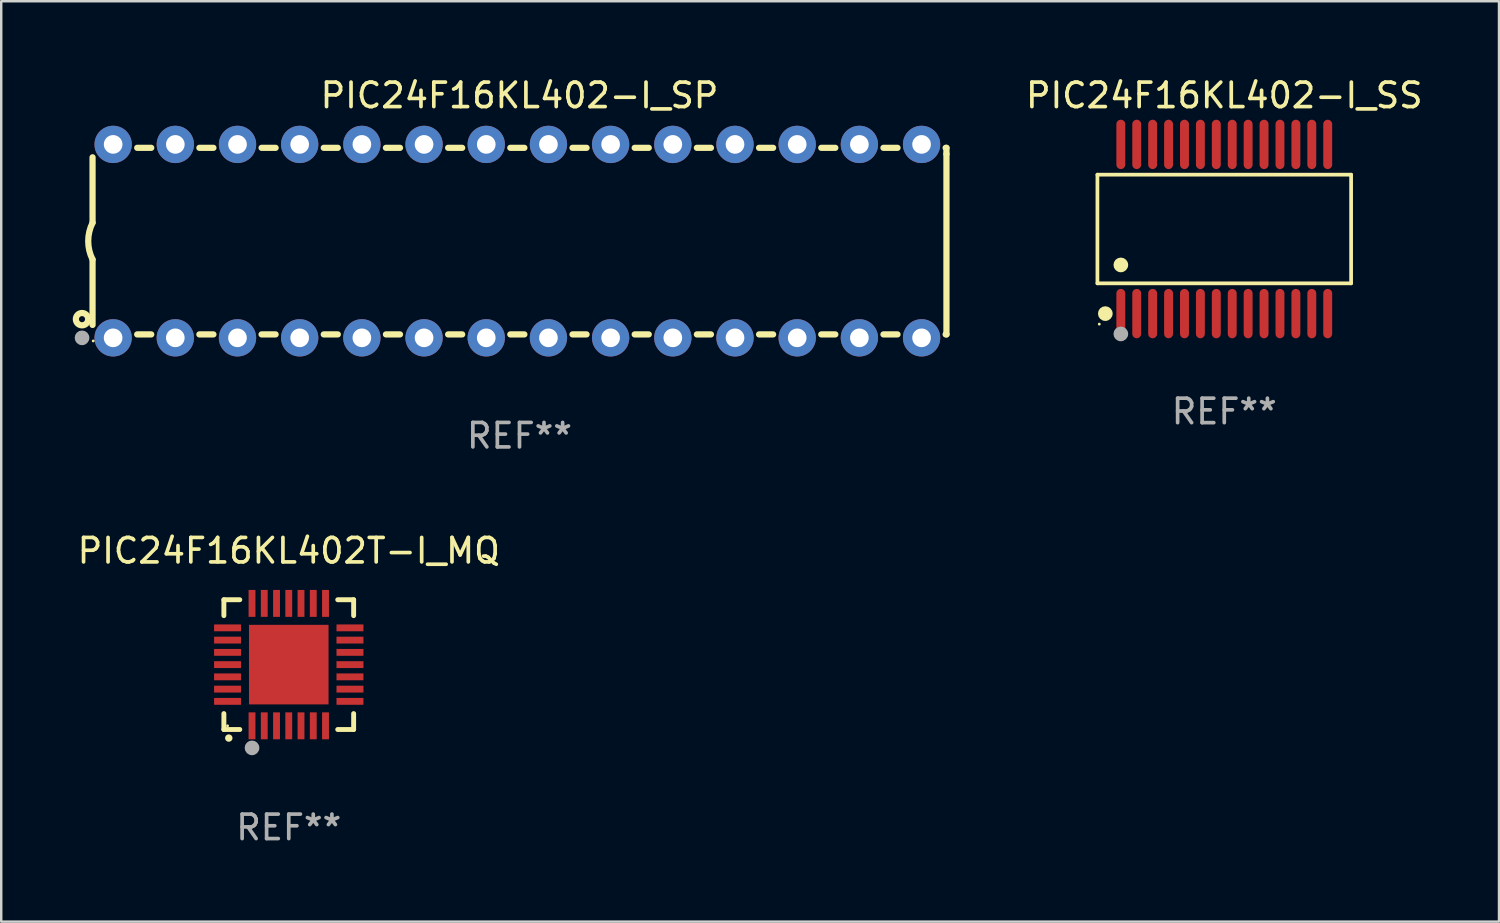
<source format=kicad_pcb>
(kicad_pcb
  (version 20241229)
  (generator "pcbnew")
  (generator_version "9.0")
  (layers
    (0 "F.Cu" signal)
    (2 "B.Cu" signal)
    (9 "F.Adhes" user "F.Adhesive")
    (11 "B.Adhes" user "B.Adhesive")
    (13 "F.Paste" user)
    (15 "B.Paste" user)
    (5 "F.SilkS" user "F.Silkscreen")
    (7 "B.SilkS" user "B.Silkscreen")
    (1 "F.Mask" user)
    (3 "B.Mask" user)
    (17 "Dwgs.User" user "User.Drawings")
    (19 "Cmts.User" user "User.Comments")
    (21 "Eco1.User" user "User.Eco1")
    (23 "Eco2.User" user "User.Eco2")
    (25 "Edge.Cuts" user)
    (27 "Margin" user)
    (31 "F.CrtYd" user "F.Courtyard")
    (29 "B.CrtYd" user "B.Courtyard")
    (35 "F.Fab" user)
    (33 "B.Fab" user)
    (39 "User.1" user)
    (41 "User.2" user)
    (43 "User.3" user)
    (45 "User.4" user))
  (footprint "PIC24F16KL402-I_SP"
    (layer "F.Cu")
    (at 18.168 6.798)
    (property "Reference" "PIC24F16KL402-I_SP" (at 0 -5.95 0) (layer "F.SilkS") (effects (font (size 1 1) (thickness 0.15))))
    (attr through_hole)
    (fp_line (start -17.438 0.75) (end -17.438 3.423) (stroke (width 0.254) (type solid)) (layer "F.SilkS"))
    (fp_line (start -17.438 -3.423) (end -17.438 -0.75) (stroke (width 0.254) (type solid)) (layer "F.SilkS"))
    (fp_line (start -15.615 3.81) (end -15.041 3.81) (stroke (width 0.254) (type solid)) (layer "F.SilkS"))
    (fp_line (start -15.041 -3.81) (end -15.614 -3.81) (stroke (width 0.254) (type solid)) (layer "F.SilkS"))
    (fp_line (start -13.075 3.81) (end -12.501 3.81) (stroke (width 0.254) (type solid)) (layer "F.SilkS"))
    (fp_line (start -12.501 -3.81) (end -13.074 -3.81) (stroke (width 0.254) (type solid)) (layer "F.SilkS"))
    (fp_line (start -10.535 3.81) (end -9.961 3.81) (stroke (width 0.254) (type solid)) (layer "F.SilkS"))
    (fp_line (start -9.961 -3.81) (end -10.534 -3.81) (stroke (width 0.254) (type solid)) (layer "F.SilkS"))
    (fp_line (start -7.995 3.81) (end -7.421 3.81) (stroke (width 0.254) (type solid)) (layer "F.SilkS"))
    (fp_line (start -7.421 -3.81) (end -7.995 -3.81) (stroke (width 0.254) (type solid)) (layer "F.SilkS"))
    (fp_line (start -5.455 3.81) (end -4.881 3.81) (stroke (width 0.254) (type solid)) (layer "F.SilkS"))
    (fp_line (start -4.881 -3.81) (end -5.455 -3.81) (stroke (width 0.254) (type solid)) (layer "F.SilkS"))
    (fp_line (start -2.915 3.81) (end -2.341 3.81) (stroke (width 0.254) (type solid)) (layer "F.SilkS"))
    (fp_line (start -2.341 -3.81) (end -2.915 -3.81) (stroke (width 0.254) (type solid)) (layer "F.SilkS"))
    (fp_line (start -0.375 3.81) (end 0.199 3.81) (stroke (width 0.254) (type solid)) (layer "F.SilkS"))
    (fp_line (start 0.199 -3.81) (end -0.375 -3.81) (stroke (width 0.254) (type solid)) (layer "F.SilkS"))
    (fp_line (start 2.165 3.81) (end 2.739 3.81) (stroke (width 0.254) (type solid)) (layer "F.SilkS"))
    (fp_line (start 2.739 -3.81) (end 2.165 -3.81) (stroke (width 0.254) (type solid)) (layer "F.SilkS"))
    (fp_line (start 4.705 3.81) (end 5.279 3.81) (stroke (width 0.254) (type solid)) (layer "F.SilkS"))
    (fp_line (start 5.279 -3.81) (end 4.705 -3.81) (stroke (width 0.254) (type solid)) (layer "F.SilkS"))
    (fp_line (start 7.245 3.81) (end 7.819 3.81) (stroke (width 0.254) (type solid)) (layer "F.SilkS"))
    (fp_line (start 7.819 -3.81) (end 7.245 -3.81) (stroke (width 0.254) (type solid)) (layer "F.SilkS"))
    (fp_line (start 9.785 3.81) (end 10.359 3.81) (stroke (width 0.254) (type solid)) (layer "F.SilkS"))
    (fp_line (start 10.359 -3.81) (end 9.785 -3.81) (stroke (width 0.254) (type solid)) (layer "F.SilkS"))
    (fp_line (start 12.325 3.81) (end 12.899 3.81) (stroke (width 0.254) (type solid)) (layer "F.SilkS"))
    (fp_line (start 12.899 -3.81) (end 12.325 -3.81) (stroke (width 0.254) (type solid)) (layer "F.SilkS"))
    (fp_line (start 14.865 3.81) (end 15.439 3.81) (stroke (width 0.254) (type solid)) (layer "F.SilkS"))
    (fp_line (start 15.439 -3.81) (end 14.865 -3.81) (stroke (width 0.254) (type solid)) (layer "F.SilkS"))
    (fp_line (start 17.405 3.81) (end 17.438 3.81) (stroke (width 0.254) (type solid)) (layer "F.SilkS"))
    (fp_line (start 17.438 -3.81) (end 17.405 -3.81) (stroke (width 0.254) (type solid)) (layer "F.SilkS"))
    (fp_line (start 17.438 -3.556) (end 17.438 -3.81) (stroke (width 0.254) (type solid)) (layer "F.SilkS"))
    (fp_line (start 17.438 3.81) (end 17.438 -3.556) (stroke (width 0.254) (type solid)) (layer "F.SilkS"))
    (fp_arc (start -17.437986 0.749657) (mid -17.614887 -0.000024) (end -17.437783 -0.749657) (stroke (width 0.254001) (type solid)) (layer "F.SilkS"))
    (fp_circle (center -17.868 3.188) (end -17.743 3.188) (stroke (width 0.254) (type solid)) (fill no) (layer "F.SilkS"))
    (fp_circle (center -17.411 4.077) (end -17.381 4.077) (stroke (width 0.06) (type solid)) (fill no) (layer "F.SilkS"))
    (fp_circle (center -17.868 3.95) (end -17.718 3.95) (stroke (width 0.3) (type solid)) (fill no) (layer "F.Fab"))
    (fp_text user "REF**" (at 0 7.95 0) (layer "F.Fab") (effects (font (size 1 1) (thickness 0.15))))
    (pad "1" thru_hole circle (at -16.598 3.95) (size 1.524 1.524) (drill 0.762) (layers "*.Cu" "*.Mask"))
    (pad "2" thru_hole circle (at -14.058 3.95) (size 1.524 1.524) (drill 0.762) (layers "*.Cu" "*.Mask"))
    (pad "3" thru_hole circle (at -11.518 3.95) (size 1.524 1.524) (drill 0.762) (layers "*.Cu" "*.Mask"))
    (pad "4" thru_hole circle (at -8.978 3.95) (size 1.524 1.524) (drill 0.762) (layers "*.Cu" "*.Mask"))
    (pad "5" thru_hole circle (at -6.438 3.95) (size 1.524 1.524) (drill 0.762) (layers "*.Cu" "*.Mask"))
    (pad "6" thru_hole circle (at -3.898 3.95) (size 1.524 1.524) (drill 0.762) (layers "*.Cu" "*.Mask"))
    (pad "7" thru_hole circle (at -1.358 3.95) (size 1.524 1.524) (drill 0.762) (layers "*.Cu" "*.Mask"))
    (pad "8" thru_hole circle (at 1.182 3.95) (size 1.524 1.524) (drill 0.762) (layers "*.Cu" "*.Mask"))
    (pad "9" thru_hole circle (at 3.722 3.95) (size 1.524 1.524) (drill 0.762) (layers "*.Cu" "*.Mask"))
    (pad "10" thru_hole circle (at 6.262 3.95) (size 1.524 1.524) (drill 0.762) (layers "*.Cu" "*.Mask"))
    (pad "11" thru_hole circle (at 8.802 3.95) (size 1.524 1.524) (drill 0.762) (layers "*.Cu" "*.Mask"))
    (pad "12" thru_hole circle (at 11.342 3.95) (size 1.524 1.524) (drill 0.762) (layers "*.Cu" "*.Mask"))
    (pad "13" thru_hole circle (at 13.882 3.95) (size 1.524 1.524) (drill 0.762) (layers "*.Cu" "*.Mask"))
    (pad "14" thru_hole circle (at 16.422 3.95) (size 1.524 1.524) (drill 0.762) (layers "*.Cu" "*.Mask"))
    (pad "15" thru_hole circle (at 16.422 -3.95) (size 1.524 1.524) (drill 0.762) (layers "*.Cu" "*.Mask"))
    (pad "16" thru_hole circle (at 13.882 -3.95) (size 1.524 1.524) (drill 0.762) (layers "*.Cu" "*.Mask"))
    (pad "17" thru_hole circle (at 11.342 -3.95) (size 1.524 1.524) (drill 0.762) (layers "*.Cu" "*.Mask"))
    (pad "18" thru_hole circle (at 8.802 -3.95) (size 1.524 1.524) (drill 0.762) (layers "*.Cu" "*.Mask"))
    (pad "19" thru_hole circle (at 6.262 -3.95) (size 1.524 1.524) (drill 0.762) (layers "*.Cu" "*.Mask"))
    (pad "20" thru_hole circle (at 3.722 -3.95) (size 1.524 1.524) (drill 0.762) (layers "*.Cu" "*.Mask"))
    (pad "21" thru_hole circle (at 1.182 -3.95) (size 1.524 1.524) (drill 0.762) (layers "*.Cu" "*.Mask"))
    (pad "22" thru_hole circle (at -1.358 -3.95) (size 1.524 1.524) (drill 0.762) (layers "*.Cu" "*.Mask"))
    (pad "23" thru_hole circle (at -3.898 -3.95) (size 1.524 1.524) (drill 0.762) (layers "*.Cu" "*.Mask"))
    (pad "24" thru_hole circle (at -6.438 -3.95) (size 1.524 1.524) (drill 0.762) (layers "*.Cu" "*.Mask"))
    (pad "25" thru_hole circle (at -8.978 -3.95) (size 1.524 1.524) (drill 0.762) (layers "*.Cu" "*.Mask"))
    (pad "26" thru_hole circle (at -11.517 -3.95) (size 1.524 1.524) (drill 0.762) (layers "*.Cu" "*.Mask"))
    (pad "27" thru_hole circle (at -14.057 -3.95) (size 1.524 1.524) (drill 0.762) (layers "*.Cu" "*.Mask"))
    (pad "28" thru_hole circle (at -16.597 -3.95) (size 1.524 1.524) (drill 0.762) (layers "*.Cu" "*.Mask")))
  (footprint "PIC24F16KL402-I_SS"
    (layer "F.Cu")
    (at 46.953 6.303)
    (property "Reference" "PIC24F16KL402-I_SS" (at 0 -5.455 0) (layer "F.SilkS") (effects (font (size 1 1) (thickness 0.15))))
    (attr through_hole)
    (fp_line (start -5.181 -2.219) (end 5.181 -2.219) (stroke (width 0.152) (type solid)) (layer "F.SilkS"))
    (fp_line (start -5.181 2.219) (end -5.181 -2.219) (stroke (width 0.152) (type solid)) (layer "F.SilkS"))
    (fp_line (start 5.181 -2.219) (end 5.181 2.219) (stroke (width 0.152) (type solid)) (layer "F.SilkS"))
    (fp_line (start 5.181 2.219) (end -5.181 2.219) (stroke (width 0.152) (type solid)) (layer "F.SilkS"))
    (fp_circle (center -5.105 3.885) (end -5.075 3.885) (stroke (width 0.06) (type solid)) (fill no) (layer "F.SilkS"))
    (fp_circle (center -4.859 3.455) (end -4.709 3.455) (stroke (width 0.3) (type solid)) (fill no) (layer "F.SilkS"))
    (fp_circle (center -4.225 1.467) (end -4.075 1.467) (stroke (width 0.3) (type solid)) (fill no) (layer "F.SilkS"))
    (fp_circle (center -4.225 4.285) (end -4.075 4.285) (stroke (width 0.3) (type solid)) (fill no) (layer "F.Fab"))
    (fp_text user "REF**" (at 0 7.455 0) (layer "F.Fab") (effects (font (size 1 1) (thickness 0.15))))
    (pad "1" smd oval (at -4.225 3.455) (size 0.364 2.015) (layers "F.Cu" "F.Mask" "F.Paste"))
    (pad "2" smd oval (at -3.575 3.455) (size 0.364 2.015) (layers "F.Cu" "F.Mask" "F.Paste"))
    (pad "3" smd oval (at -2.925 3.455) (size 0.364 2.015) (layers "F.Cu" "F.Mask" "F.Paste"))
    (pad "4" smd oval (at -2.275 3.455) (size 0.364 2.015) (layers "F.Cu" "F.Mask" "F.Paste"))
    (pad "5" smd oval (at -1.625 3.455) (size 0.364 2.015) (layers "F.Cu" "F.Mask" "F.Paste"))
    (pad "6" smd oval (at -0.975 3.455) (size 0.364 2.015) (layers "F.Cu" "F.Mask" "F.Paste"))
    (pad "7" smd oval (at -0.325 3.455) (size 0.364 2.015) (layers "F.Cu" "F.Mask" "F.Paste"))
    (pad "8" smd oval (at 0.325 3.455) (size 0.364 2.015) (layers "F.Cu" "F.Mask" "F.Paste"))
    (pad "9" smd oval (at 0.975 3.455) (size 0.364 2.015) (layers "F.Cu" "F.Mask" "F.Paste"))
    (pad "10" smd oval (at 1.625 3.455) (size 0.364 2.015) (layers "F.Cu" "F.Mask" "F.Paste"))
    (pad "11" smd oval (at 2.275 3.455) (size 0.364 2.015) (layers "F.Cu" "F.Mask" "F.Paste"))
    (pad "12" smd oval (at 2.925 3.455) (size 0.364 2.015) (layers "F.Cu" "F.Mask" "F.Paste"))
    (pad "13" smd oval (at 3.575 3.455) (size 0.364 2.015) (layers "F.Cu" "F.Mask" "F.Paste"))
    (pad "14" smd oval (at 4.225 3.455) (size 0.364 2.015) (layers "F.Cu" "F.Mask" "F.Paste"))
    (pad "15" smd oval (at 4.225 -3.455) (size 0.364 2.015) (layers "F.Cu" "F.Mask" "F.Paste"))
    (pad "16" smd oval (at 3.575 -3.455) (size 0.364 2.015) (layers "F.Cu" "F.Mask" "F.Paste"))
    (pad "17" smd oval (at 2.925 -3.455) (size 0.364 2.015) (layers "F.Cu" "F.Mask" "F.Paste"))
    (pad "18" smd oval (at 2.275 -3.455) (size 0.364 2.015) (layers "F.Cu" "F.Mask" "F.Paste"))
    (pad "19" smd oval (at 1.625 -3.455) (size 0.364 2.015) (layers "F.Cu" "F.Mask" "F.Paste"))
    (pad "20" smd oval (at 0.975 -3.455) (size 0.364 2.015) (layers "F.Cu" "F.Mask" "F.Paste"))
    (pad "21" smd oval (at 0.325 -3.455) (size 0.364 2.015) (layers "F.Cu" "F.Mask" "F.Paste"))
    (pad "22" smd oval (at -0.325 -3.455) (size 0.364 2.015) (layers "F.Cu" "F.Mask" "F.Paste"))
    (pad "23" smd oval (at -0.975 -3.455) (size 0.364 2.015) (layers "F.Cu" "F.Mask" "F.Paste"))
    (pad "24" smd oval (at -1.625 -3.455) (size 0.364 2.015) (layers "F.Cu" "F.Mask" "F.Paste"))
    (pad "25" smd oval (at -2.275 -3.455) (size 0.364 2.015) (layers "F.Cu" "F.Mask" "F.Paste"))
    (pad "26" smd oval (at -2.925 -3.455) (size 0.364 2.015) (layers "F.Cu" "F.Mask" "F.Paste"))
    (pad "27" smd oval (at -3.575 -3.455) (size 0.364 2.015) (layers "F.Cu" "F.Mask" "F.Paste"))
    (pad "28" smd oval (at -4.225 -3.455) (size 0.364 2.015) (layers "F.Cu" "F.Mask" "F.Paste")))
  (footprint "PIC24F16KL402T-I_MQ"
    (layer "F.Cu")
    (at 8.744 24.095)
    (property "Reference" "PIC24F16KL402T-I_MQ" (at 0 -4.65 0) (layer "F.SilkS") (effects (font (size 1 1) (thickness 0.15))))
    (attr through_hole)
    (fp_line (start -2.65 -2.65) (end -2.65 -2) (stroke (width 0.2) (type solid)) (layer "F.SilkS"))
    (fp_line (start -2.65 2.65) (end -2.65 2) (stroke (width 0.2) (type solid)) (layer "F.SilkS"))
    (fp_line (start -2 -2.65) (end -2.65 -2.65) (stroke (width 0.2) (type solid)) (layer "F.SilkS"))
    (fp_line (start -2 2.65) (end -2.65 2.65) (stroke (width 0.2) (type solid)) (layer "F.SilkS"))
    (fp_line (start 2 2.65) (end 2.65 2.65) (stroke (width 0.2) (type solid)) (layer "F.SilkS"))
    (fp_line (start 2.65 -2.65) (end 2 -2.65) (stroke (width 0.2) (type solid)) (layer "F.SilkS"))
    (fp_line (start 2.65 -2) (end 2.65 -2.65) (stroke (width 0.2) (type solid)) (layer "F.SilkS"))
    (fp_line (start 2.65 2.65) (end 2.65 2) (stroke (width 0.2) (type solid)) (layer "F.SilkS"))
    (fp_arc (start -2.451105 2.999746) (mid -2.449835 2.999741) (end -2.448565 2.999746) (stroke (width 0.3) (type solid)) (layer "F.SilkS"))
    (fp_circle (center -2.5 2.5) (end -2.47 2.5) (stroke (width 0.06) (type solid)) (fill no) (layer "F.SilkS"))
    (fp_circle (center -1.501 3.4) (end -1.351 3.4) (stroke (width 0.3) (type solid)) (fill no) (layer "F.Fab"))
    (fp_text user "REF**" (at 0 6.65 0) (layer "F.Fab") (effects (font (size 1 1) (thickness 0.15))))
    (pad "1" smd rect (at -1.501 2.5 180) (size 0.28 1.1) (layers "F.Cu" "F.Mask" "F.Paste"))
    (pad "2" smd rect (at -1.001 2.5 180) (size 0.28 1.1) (layers "F.Cu" "F.Mask" "F.Paste"))
    (pad "3" smd rect (at -0.5 2.5 180) (size 0.28 1.1) (layers "F.Cu" "F.Mask" "F.Paste"))
    (pad "4" smd rect (at 0.000076 2.5 180) (size 0.28 1.1) (layers "F.Cu" "F.Mask" "F.Paste"))
    (pad "5" smd rect (at 0.5 2.5 180) (size 0.28 1.1) (layers "F.Cu" "F.Mask" "F.Paste"))
    (pad "6" smd rect (at 1.001 2.5 180) (size 0.28 1.1) (layers "F.Cu" "F.Mask" "F.Paste"))
    (pad "7" smd rect (at 1.501 2.5 180) (size 0.28 1.1) (layers "F.Cu" "F.Mask" "F.Paste"))
    (pad "8" smd rect (at 2.5 1.501 90) (size 0.28 1.1) (layers "F.Cu" "F.Mask" "F.Paste"))
    (pad "9" smd rect (at 2.5 1.001 90) (size 0.28 1.1) (layers "F.Cu" "F.Mask" "F.Paste"))
    (pad "10" smd rect (at 2.5 0.5 90) (size 0.28 1.1) (layers "F.Cu" "F.Mask" "F.Paste"))
    (pad "11" smd rect (at 2.5 0.000076 90) (size 0.28 1.1) (layers "F.Cu" "F.Mask" "F.Paste"))
    (pad "12" smd rect (at 2.5 -0.5 90) (size 0.28 1.1) (layers "F.Cu" "F.Mask" "F.Paste"))
    (pad "13" smd rect (at 2.5 -1.001 90) (size 0.28 1.1) (layers "F.Cu" "F.Mask" "F.Paste"))
    (pad "14" smd rect (at 2.5 -1.501 90) (size 0.28 1.1) (layers "F.Cu" "F.Mask" "F.Paste"))
    (pad "15" smd rect (at 1.501 -2.5 180) (size 0.28 1.1) (layers "F.Cu" "F.Mask" "F.Paste"))
    (pad "16" smd rect (at 1.001 -2.5 180) (size 0.28 1.1) (layers "F.Cu" "F.Mask" "F.Paste"))
    (pad "17" smd rect (at 0.5 -2.5 180) (size 0.28 1.1) (layers "F.Cu" "F.Mask" "F.Paste"))
    (pad "18" smd rect (at 0.000076 -2.5 180) (size 0.28 1.1) (layers "F.Cu" "F.Mask" "F.Paste"))
    (pad "19" smd rect (at -0.5 -2.5 180) (size 0.28 1.1) (layers "F.Cu" "F.Mask" "F.Paste"))
    (pad "20" smd rect (at -1.001 -2.5 180) (size 0.28 1.1) (layers "F.Cu" "F.Mask" "F.Paste"))
    (pad "21" smd rect (at -1.501 -2.5 180) (size 0.28 1.1) (layers "F.Cu" "F.Mask" "F.Paste"))
    (pad "22" smd rect (at -2.5 -1.501 90) (size 0.28 1.1) (layers "F.Cu" "F.Mask" "F.Paste"))
    (pad "23" smd rect (at -2.5 -1.001 90) (size 0.28 1.1) (layers "F.Cu" "F.Mask" "F.Paste"))
    (pad "24" smd rect (at -2.5 -0.5 90) (size 0.28 1.1) (layers "F.Cu" "F.Mask" "F.Paste"))
    (pad "25" smd rect (at -2.5 0.000076 90) (size 0.28 1.1) (layers "F.Cu" "F.Mask" "F.Paste"))
    (pad "26" smd rect (at -2.5 0.5 90) (size 0.28 1.1) (layers "F.Cu" "F.Mask" "F.Paste"))
    (pad "27" smd rect (at -2.5 1.001 90) (size 0.28 1.1) (layers "F.Cu" "F.Mask" "F.Paste"))
    (pad "28" smd rect (at -2.5 1.501 90) (size 0.28 1.1) (layers "F.Cu" "F.Mask" "F.Paste"))
    (pad "29" smd rect (at 0.000076 0.000076 90) (size 3.25 3.25) (layers "F.Cu" "F.Mask" "F.Paste")))
  (gr_rect
    (start -3 -3)
    (end 58.174 34.593)
    (stroke (width 0.1) (type default))
    (fill no)
    (layer "Edge.Cuts")))
</source>
